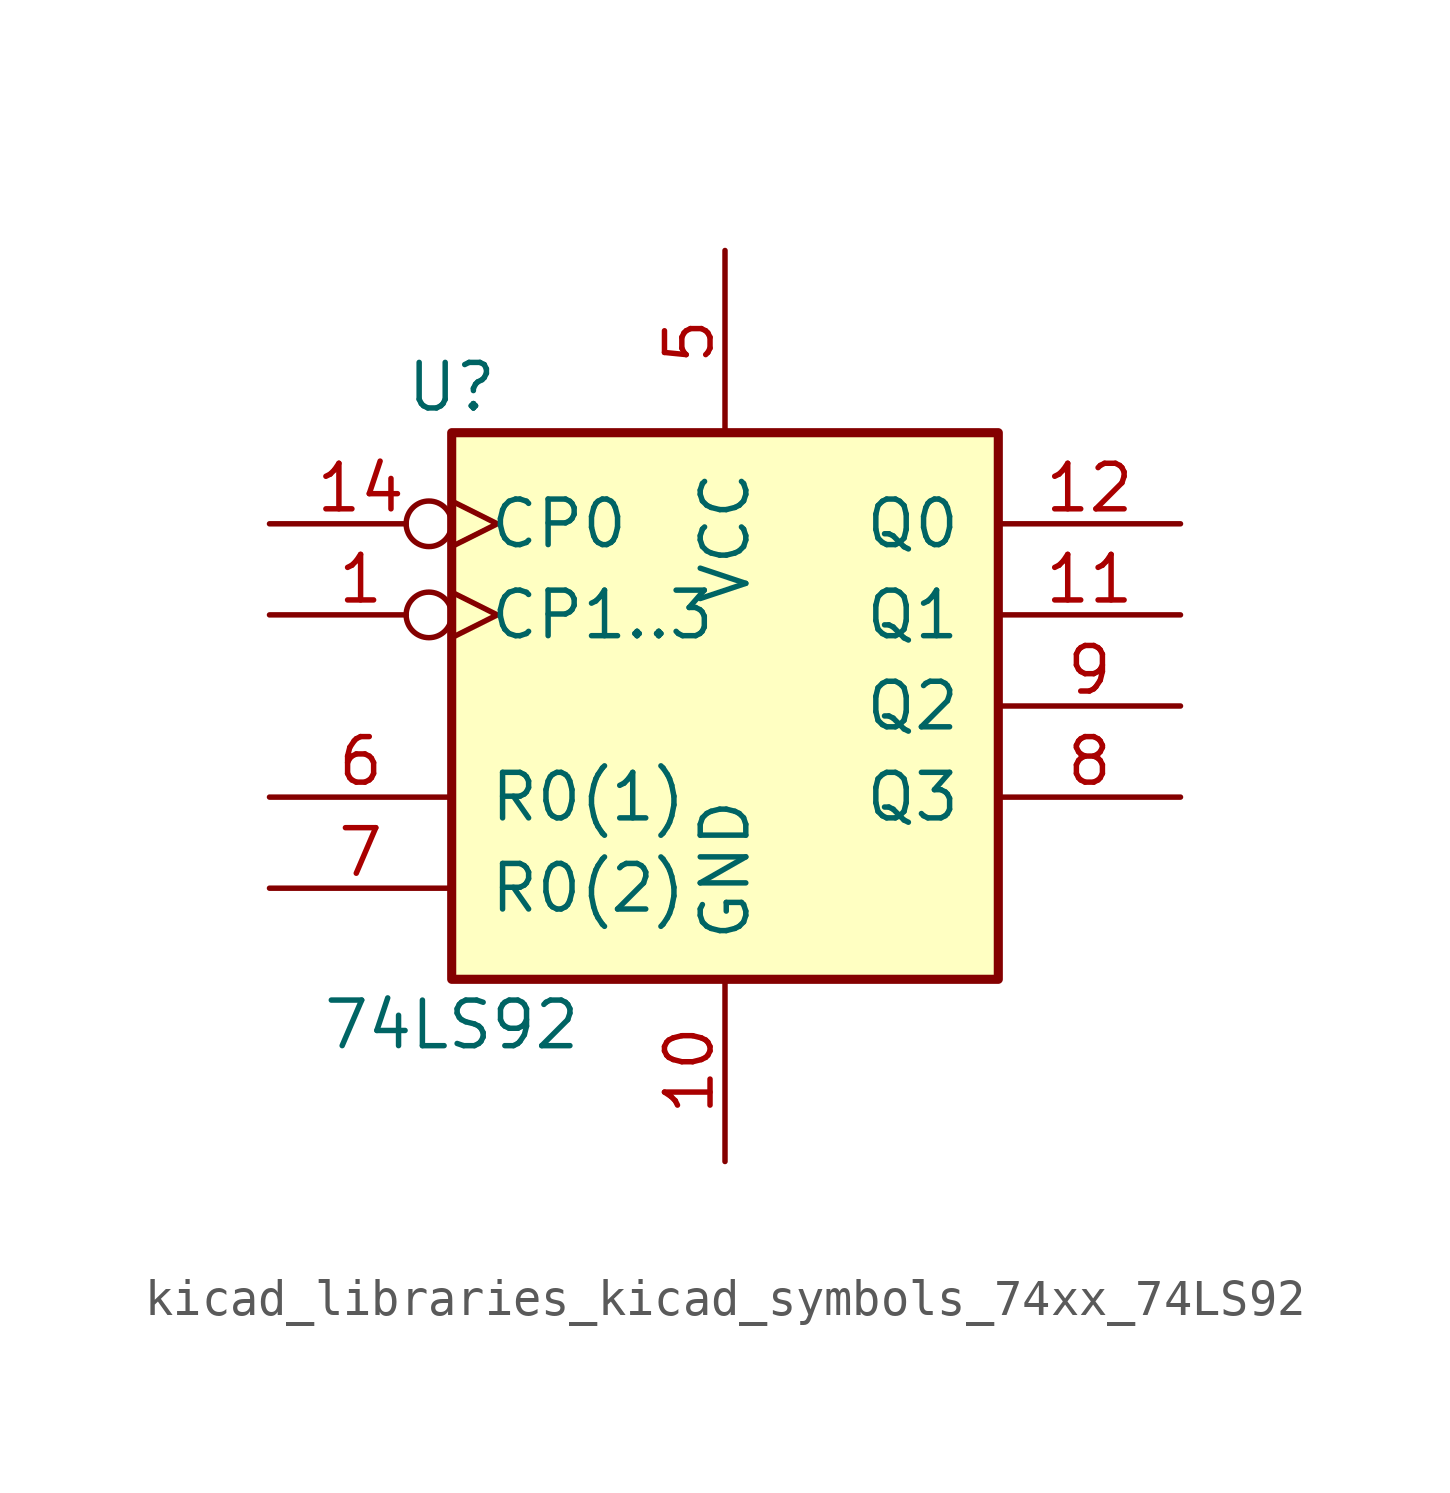
<source format=kicad_sym>
(kicad_symbol_lib
  (version 20220914)
  (generator kicad_symbol_editor)
  (symbol "kicad_libraries_kicad_symbols_74xx_74LS92"
    (pin_names
      (offset 1.016))
    (property "Reference" "U"
      (at -7.62 8.89 0)
      (effects (font (size 1.27 1.27))))
    (property "Value" "74LS92"
      (at -7.62 -8.89 0)
      (effects (font (size 1.27 1.27))))
    (property "ki_locked" ""
      (at 0 0 0)
      (effects (font (size 1.27 1.27))))
    (symbol "kicad_libraries_kicad_symbols_74xx_74LS92_1_0"
      (pin input inverted_clock (at -12.7 2.54 0) (length 5.08) (name "CP1..3" (effects (font (size 1.27 1.27)))) (number "1" (effects (font (size 1.27 1.27)))))
      (pin power_in line (at 0 -12.7 90) (length 5.08) (name "GND" (effects (font (size 1.27 1.27)))) (number "10" (effects (font (size 1.27 1.27)))))
      (pin output line (at 12.7 2.54 180) (length 5.08) (name "Q1" (effects (font (size 1.27 1.27)))) (number "11" (effects (font (size 1.27 1.27)))))
      (pin output line (at 12.7 5.08 180) (length 5.08) (name "Q0" (effects (font (size 1.27 1.27)))) (number "12" (effects (font (size 1.27 1.27)))))
      (pin input inverted_clock (at -12.7 5.08 0) (length 5.08) (name "CP0" (effects (font (size 1.27 1.27)))) (number "14" (effects (font (size 1.27 1.27)))))
      (pin power_in line (at 0 12.7 270) (length 5.08) (name "VCC" (effects (font (size 1.27 1.27)))) (number "5" (effects (font (size 1.27 1.27)))))
      (pin input line (at -12.7 -2.54 0) (length 5.08) (name "R0(1)" (effects (font (size 1.27 1.27)))) (number "6" (effects (font (size 1.27 1.27)))))
      (pin input line (at -12.7 -5.08 0) (length 5.08) (name "R0(2)" (effects (font (size 1.27 1.27)))) (number "7" (effects (font (size 1.27 1.27)))))
      (pin output line (at 12.7 -2.54 180) (length 5.08) (name "Q3" (effects (font (size 1.27 1.27)))) (number "8" (effects (font (size 1.27 1.27)))))
      (pin output line (at 12.7 0 180) (length 5.08) (name "Q2" (effects (font (size 1.27 1.27)))) (number "9" (effects (font (size 1.27 1.27))))))
    (symbol "kicad_libraries_kicad_symbols_74xx_74LS92_1_1"
      (rectangle (start -7.62 7.62) (end 7.62 -7.62) (stroke (width 0.254) (type default)) (fill (type background))))))
</source>
